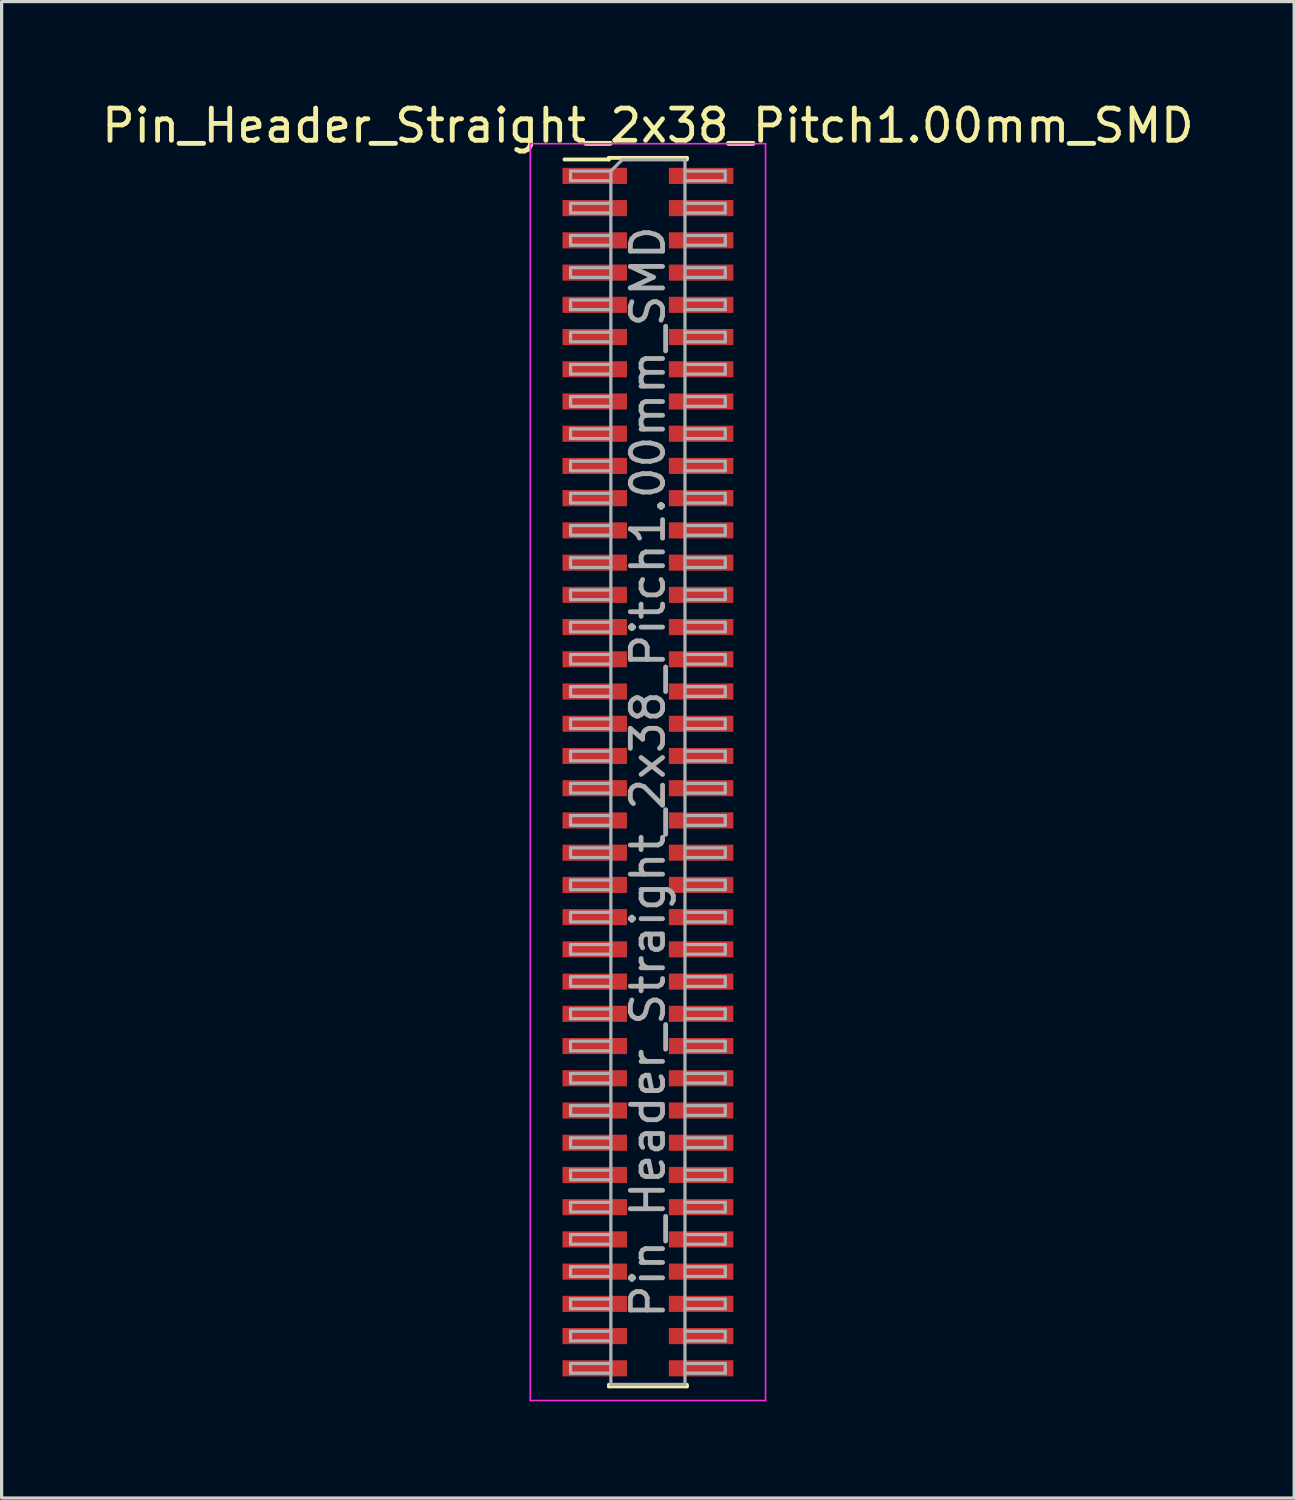
<source format=kicad_pcb>
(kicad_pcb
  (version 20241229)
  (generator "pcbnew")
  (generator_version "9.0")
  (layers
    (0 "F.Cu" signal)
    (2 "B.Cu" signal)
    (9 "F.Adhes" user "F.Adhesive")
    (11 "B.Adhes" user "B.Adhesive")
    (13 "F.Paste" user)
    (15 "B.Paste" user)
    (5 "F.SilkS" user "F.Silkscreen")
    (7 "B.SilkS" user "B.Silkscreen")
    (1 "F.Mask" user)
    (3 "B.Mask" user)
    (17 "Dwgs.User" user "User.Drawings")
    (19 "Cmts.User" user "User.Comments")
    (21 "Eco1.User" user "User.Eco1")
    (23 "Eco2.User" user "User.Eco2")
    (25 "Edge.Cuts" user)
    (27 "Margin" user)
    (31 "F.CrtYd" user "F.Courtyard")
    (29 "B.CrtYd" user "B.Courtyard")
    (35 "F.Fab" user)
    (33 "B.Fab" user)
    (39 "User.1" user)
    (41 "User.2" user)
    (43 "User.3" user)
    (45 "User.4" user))
  (footprint "Pin_Header_Straight_2x38_Pitch1.00mm_SMD"
    (layer "F.Cu")
    (at 17.054 20.908)
    (property "Reference" "Pin_Header_Straight_2x38_Pitch1.00mm_SMD" (at 0 -20.06 0) (layer "F.SilkS") (effects (font (size 1 1) (thickness 0.15))))
    (attr smd)
    (fp_line (start -2.59 -19.01) (end -1.21 -19.01) (stroke (width 0.12) (type solid)) (layer "F.SilkS"))
    (fp_line (start -1.21 -19.06) (end -1.21 -19.01) (stroke (width 0.12) (type solid)) (layer "F.SilkS"))
    (fp_line (start -1.21 -19.06) (end 1.21 -19.06) (stroke (width 0.12) (type solid)) (layer "F.SilkS"))
    (fp_line (start -1.21 19.01) (end -1.21 19.06) (stroke (width 0.12) (type solid)) (layer "F.SilkS"))
    (fp_line (start -1.21 19.06) (end 1.21 19.06) (stroke (width 0.12) (type solid)) (layer "F.SilkS"))
    (fp_line (start 1.21 -19.06) (end 1.21 -19.01) (stroke (width 0.12) (type solid)) (layer "F.SilkS"))
    (fp_line (start 1.21 19.01) (end 1.21 19.06) (stroke (width 0.12) (type solid)) (layer "F.SilkS"))
    (fp_line (start -3.65 -19.5) (end -3.65 19.5) (stroke (width 0.05) (type solid)) (layer "F.CrtYd"))
    (fp_line (start -3.65 19.5) (end 3.65 19.5) (stroke (width 0.05) (type solid)) (layer "F.CrtYd"))
    (fp_line (start 3.65 -19.5) (end -3.65 -19.5) (stroke (width 0.05) (type solid)) (layer "F.CrtYd"))
    (fp_line (start 3.65 19.5) (end 3.65 -19.5) (stroke (width 0.05) (type solid)) (layer "F.CrtYd"))
    (fp_line (start -2.4 -18.65) (end -2.4 -18.35) (stroke (width 0.1) (type solid)) (layer "F.Fab"))
    (fp_line (start -2.4 -18.35) (end -1.15 -18.35) (stroke (width 0.1) (type solid)) (layer "F.Fab"))
    (fp_line (start -2.4 -17.65) (end -2.4 -17.35) (stroke (width 0.1) (type solid)) (layer "F.Fab"))
    (fp_line (start -2.4 -17.35) (end -1.15 -17.35) (stroke (width 0.1) (type solid)) (layer "F.Fab"))
    (fp_line (start -2.4 -16.65) (end -2.4 -16.35) (stroke (width 0.1) (type solid)) (layer "F.Fab"))
    (fp_line (start -2.4 -16.35) (end -1.15 -16.35) (stroke (width 0.1) (type solid)) (layer "F.Fab"))
    (fp_line (start -2.4 -15.65) (end -2.4 -15.35) (stroke (width 0.1) (type solid)) (layer "F.Fab"))
    (fp_line (start -2.4 -15.35) (end -1.15 -15.35) (stroke (width 0.1) (type solid)) (layer "F.Fab"))
    (fp_line (start -2.4 -14.65) (end -2.4 -14.35) (stroke (width 0.1) (type solid)) (layer "F.Fab"))
    (fp_line (start -2.4 -14.35) (end -1.15 -14.35) (stroke (width 0.1) (type solid)) (layer "F.Fab"))
    (fp_line (start -2.4 -13.65) (end -2.4 -13.35) (stroke (width 0.1) (type solid)) (layer "F.Fab"))
    (fp_line (start -2.4 -13.35) (end -1.15 -13.35) (stroke (width 0.1) (type solid)) (layer "F.Fab"))
    (fp_line (start -2.4 -12.65) (end -2.4 -12.35) (stroke (width 0.1) (type solid)) (layer "F.Fab"))
    (fp_line (start -2.4 -12.35) (end -1.15 -12.35) (stroke (width 0.1) (type solid)) (layer "F.Fab"))
    (fp_line (start -2.4 -11.65) (end -2.4 -11.35) (stroke (width 0.1) (type solid)) (layer "F.Fab"))
    (fp_line (start -2.4 -11.35) (end -1.15 -11.35) (stroke (width 0.1) (type solid)) (layer "F.Fab"))
    (fp_line (start -2.4 -10.65) (end -2.4 -10.35) (stroke (width 0.1) (type solid)) (layer "F.Fab"))
    (fp_line (start -2.4 -10.35) (end -1.15 -10.35) (stroke (width 0.1) (type solid)) (layer "F.Fab"))
    (fp_line (start -2.4 -9.65) (end -2.4 -9.35) (stroke (width 0.1) (type solid)) (layer "F.Fab"))
    (fp_line (start -2.4 -9.35) (end -1.15 -9.35) (stroke (width 0.1) (type solid)) (layer "F.Fab"))
    (fp_line (start -2.4 -8.65) (end -2.4 -8.35) (stroke (width 0.1) (type solid)) (layer "F.Fab"))
    (fp_line (start -2.4 -8.35) (end -1.15 -8.35) (stroke (width 0.1) (type solid)) (layer "F.Fab"))
    (fp_line (start -2.4 -7.65) (end -2.4 -7.35) (stroke (width 0.1) (type solid)) (layer "F.Fab"))
    (fp_line (start -2.4 -7.35) (end -1.15 -7.35) (stroke (width 0.1) (type solid)) (layer "F.Fab"))
    (fp_line (start -2.4 -6.65) (end -2.4 -6.35) (stroke (width 0.1) (type solid)) (layer "F.Fab"))
    (fp_line (start -2.4 -6.35) (end -1.15 -6.35) (stroke (width 0.1) (type solid)) (layer "F.Fab"))
    (fp_line (start -2.4 -5.65) (end -2.4 -5.35) (stroke (width 0.1) (type solid)) (layer "F.Fab"))
    (fp_line (start -2.4 -5.35) (end -1.15 -5.35) (stroke (width 0.1) (type solid)) (layer "F.Fab"))
    (fp_line (start -2.4 -4.65) (end -2.4 -4.35) (stroke (width 0.1) (type solid)) (layer "F.Fab"))
    (fp_line (start -2.4 -4.35) (end -1.15 -4.35) (stroke (width 0.1) (type solid)) (layer "F.Fab"))
    (fp_line (start -2.4 -3.65) (end -2.4 -3.35) (stroke (width 0.1) (type solid)) (layer "F.Fab"))
    (fp_line (start -2.4 -3.35) (end -1.15 -3.35) (stroke (width 0.1) (type solid)) (layer "F.Fab"))
    (fp_line (start -2.4 -2.65) (end -2.4 -2.35) (stroke (width 0.1) (type solid)) (layer "F.Fab"))
    (fp_line (start -2.4 -2.35) (end -1.15 -2.35) (stroke (width 0.1) (type solid)) (layer "F.Fab"))
    (fp_line (start -2.4 -1.65) (end -2.4 -1.35) (stroke (width 0.1) (type solid)) (layer "F.Fab"))
    (fp_line (start -2.4 -1.35) (end -1.15 -1.35) (stroke (width 0.1) (type solid)) (layer "F.Fab"))
    (fp_line (start -2.4 -0.65) (end -2.4 -0.35) (stroke (width 0.1) (type solid)) (layer "F.Fab"))
    (fp_line (start -2.4 -0.35) (end -1.15 -0.35) (stroke (width 0.1) (type solid)) (layer "F.Fab"))
    (fp_line (start -2.4 0.35) (end -2.4 0.65) (stroke (width 0.1) (type solid)) (layer "F.Fab"))
    (fp_line (start -2.4 0.65) (end -1.15 0.65) (stroke (width 0.1) (type solid)) (layer "F.Fab"))
    (fp_line (start -2.4 1.35) (end -2.4 1.65) (stroke (width 0.1) (type solid)) (layer "F.Fab"))
    (fp_line (start -2.4 1.65) (end -1.15 1.65) (stroke (width 0.1) (type solid)) (layer "F.Fab"))
    (fp_line (start -2.4 2.35) (end -2.4 2.65) (stroke (width 0.1) (type solid)) (layer "F.Fab"))
    (fp_line (start -2.4 2.65) (end -1.15 2.65) (stroke (width 0.1) (type solid)) (layer "F.Fab"))
    (fp_line (start -2.4 3.35) (end -2.4 3.65) (stroke (width 0.1) (type solid)) (layer "F.Fab"))
    (fp_line (start -2.4 3.65) (end -1.15 3.65) (stroke (width 0.1) (type solid)) (layer "F.Fab"))
    (fp_line (start -2.4 4.35) (end -2.4 4.65) (stroke (width 0.1) (type solid)) (layer "F.Fab"))
    (fp_line (start -2.4 4.65) (end -1.15 4.65) (stroke (width 0.1) (type solid)) (layer "F.Fab"))
    (fp_line (start -2.4 5.35) (end -2.4 5.65) (stroke (width 0.1) (type solid)) (layer "F.Fab"))
    (fp_line (start -2.4 5.65) (end -1.15 5.65) (stroke (width 0.1) (type solid)) (layer "F.Fab"))
    (fp_line (start -2.4 6.35) (end -2.4 6.65) (stroke (width 0.1) (type solid)) (layer "F.Fab"))
    (fp_line (start -2.4 6.65) (end -1.15 6.65) (stroke (width 0.1) (type solid)) (layer "F.Fab"))
    (fp_line (start -2.4 7.35) (end -2.4 7.65) (stroke (width 0.1) (type solid)) (layer "F.Fab"))
    (fp_line (start -2.4 7.65) (end -1.15 7.65) (stroke (width 0.1) (type solid)) (layer "F.Fab"))
    (fp_line (start -2.4 8.35) (end -2.4 8.65) (stroke (width 0.1) (type solid)) (layer "F.Fab"))
    (fp_line (start -2.4 8.65) (end -1.15 8.65) (stroke (width 0.1) (type solid)) (layer "F.Fab"))
    (fp_line (start -2.4 9.35) (end -2.4 9.65) (stroke (width 0.1) (type solid)) (layer "F.Fab"))
    (fp_line (start -2.4 9.65) (end -1.15 9.65) (stroke (width 0.1) (type solid)) (layer "F.Fab"))
    (fp_line (start -2.4 10.35) (end -2.4 10.65) (stroke (width 0.1) (type solid)) (layer "F.Fab"))
    (fp_line (start -2.4 10.65) (end -1.15 10.65) (stroke (width 0.1) (type solid)) (layer "F.Fab"))
    (fp_line (start -2.4 11.35) (end -2.4 11.65) (stroke (width 0.1) (type solid)) (layer "F.Fab"))
    (fp_line (start -2.4 11.65) (end -1.15 11.65) (stroke (width 0.1) (type solid)) (layer "F.Fab"))
    (fp_line (start -2.4 12.35) (end -2.4 12.65) (stroke (width 0.1) (type solid)) (layer "F.Fab"))
    (fp_line (start -2.4 12.65) (end -1.15 12.65) (stroke (width 0.1) (type solid)) (layer "F.Fab"))
    (fp_line (start -2.4 13.35) (end -2.4 13.65) (stroke (width 0.1) (type solid)) (layer "F.Fab"))
    (fp_line (start -2.4 13.65) (end -1.15 13.65) (stroke (width 0.1) (type solid)) (layer "F.Fab"))
    (fp_line (start -2.4 14.35) (end -2.4 14.65) (stroke (width 0.1) (type solid)) (layer "F.Fab"))
    (fp_line (start -2.4 14.65) (end -1.15 14.65) (stroke (width 0.1) (type solid)) (layer "F.Fab"))
    (fp_line (start -2.4 15.35) (end -2.4 15.65) (stroke (width 0.1) (type solid)) (layer "F.Fab"))
    (fp_line (start -2.4 15.65) (end -1.15 15.65) (stroke (width 0.1) (type solid)) (layer "F.Fab"))
    (fp_line (start -2.4 16.35) (end -2.4 16.65) (stroke (width 0.1) (type solid)) (layer "F.Fab"))
    (fp_line (start -2.4 16.65) (end -1.15 16.65) (stroke (width 0.1) (type solid)) (layer "F.Fab"))
    (fp_line (start -2.4 17.35) (end -2.4 17.65) (stroke (width 0.1) (type solid)) (layer "F.Fab"))
    (fp_line (start -2.4 17.65) (end -1.15 17.65) (stroke (width 0.1) (type solid)) (layer "F.Fab"))
    (fp_line (start -2.4 18.35) (end -2.4 18.65) (stroke (width 0.1) (type solid)) (layer "F.Fab"))
    (fp_line (start -2.4 18.65) (end -1.15 18.65) (stroke (width 0.1) (type solid)) (layer "F.Fab"))
    (fp_line (start -1.15 -18.65) (end -2.4 -18.65) (stroke (width 0.1) (type solid)) (layer "F.Fab"))
    (fp_line (start -1.15 -18.65) (end -0.8 -19) (stroke (width 0.1) (type solid)) (layer "F.Fab"))
    (fp_line (start -1.15 -17.65) (end -2.4 -17.65) (stroke (width 0.1) (type solid)) (layer "F.Fab"))
    (fp_line (start -1.15 -16.65) (end -2.4 -16.65) (stroke (width 0.1) (type solid)) (layer "F.Fab"))
    (fp_line (start -1.15 -15.65) (end -2.4 -15.65) (stroke (width 0.1) (type solid)) (layer "F.Fab"))
    (fp_line (start -1.15 -14.65) (end -2.4 -14.65) (stroke (width 0.1) (type solid)) (layer "F.Fab"))
    (fp_line (start -1.15 -13.65) (end -2.4 -13.65) (stroke (width 0.1) (type solid)) (layer "F.Fab"))
    (fp_line (start -1.15 -12.65) (end -2.4 -12.65) (stroke (width 0.1) (type solid)) (layer "F.Fab"))
    (fp_line (start -1.15 -11.65) (end -2.4 -11.65) (stroke (width 0.1) (type solid)) (layer "F.Fab"))
    (fp_line (start -1.15 -10.65) (end -2.4 -10.65) (stroke (width 0.1) (type solid)) (layer "F.Fab"))
    (fp_line (start -1.15 -9.65) (end -2.4 -9.65) (stroke (width 0.1) (type solid)) (layer "F.Fab"))
    (fp_line (start -1.15 -8.65) (end -2.4 -8.65) (stroke (width 0.1) (type solid)) (layer "F.Fab"))
    (fp_line (start -1.15 -7.65) (end -2.4 -7.65) (stroke (width 0.1) (type solid)) (layer "F.Fab"))
    (fp_line (start -1.15 -6.65) (end -2.4 -6.65) (stroke (width 0.1) (type solid)) (layer "F.Fab"))
    (fp_line (start -1.15 -5.65) (end -2.4 -5.65) (stroke (width 0.1) (type solid)) (layer "F.Fab"))
    (fp_line (start -1.15 -4.65) (end -2.4 -4.65) (stroke (width 0.1) (type solid)) (layer "F.Fab"))
    (fp_line (start -1.15 -3.65) (end -2.4 -3.65) (stroke (width 0.1) (type solid)) (layer "F.Fab"))
    (fp_line (start -1.15 -2.65) (end -2.4 -2.65) (stroke (width 0.1) (type solid)) (layer "F.Fab"))
    (fp_line (start -1.15 -1.65) (end -2.4 -1.65) (stroke (width 0.1) (type solid)) (layer "F.Fab"))
    (fp_line (start -1.15 -0.65) (end -2.4 -0.65) (stroke (width 0.1) (type solid)) (layer "F.Fab"))
    (fp_line (start -1.15 0.35) (end -2.4 0.35) (stroke (width 0.1) (type solid)) (layer "F.Fab"))
    (fp_line (start -1.15 1.35) (end -2.4 1.35) (stroke (width 0.1) (type solid)) (layer "F.Fab"))
    (fp_line (start -1.15 2.35) (end -2.4 2.35) (stroke (width 0.1) (type solid)) (layer "F.Fab"))
    (fp_line (start -1.15 3.35) (end -2.4 3.35) (stroke (width 0.1) (type solid)) (layer "F.Fab"))
    (fp_line (start -1.15 4.35) (end -2.4 4.35) (stroke (width 0.1) (type solid)) (layer "F.Fab"))
    (fp_line (start -1.15 5.35) (end -2.4 5.35) (stroke (width 0.1) (type solid)) (layer "F.Fab"))
    (fp_line (start -1.15 6.35) (end -2.4 6.35) (stroke (width 0.1) (type solid)) (layer "F.Fab"))
    (fp_line (start -1.15 7.35) (end -2.4 7.35) (stroke (width 0.1) (type solid)) (layer "F.Fab"))
    (fp_line (start -1.15 8.35) (end -2.4 8.35) (stroke (width 0.1) (type solid)) (layer "F.Fab"))
    (fp_line (start -1.15 9.35) (end -2.4 9.35) (stroke (width 0.1) (type solid)) (layer "F.Fab"))
    (fp_line (start -1.15 10.35) (end -2.4 10.35) (stroke (width 0.1) (type solid)) (layer "F.Fab"))
    (fp_line (start -1.15 11.35) (end -2.4 11.35) (stroke (width 0.1) (type solid)) (layer "F.Fab"))
    (fp_line (start -1.15 12.35) (end -2.4 12.35) (stroke (width 0.1) (type solid)) (layer "F.Fab"))
    (fp_line (start -1.15 13.35) (end -2.4 13.35) (stroke (width 0.1) (type solid)) (layer "F.Fab"))
    (fp_line (start -1.15 14.35) (end -2.4 14.35) (stroke (width 0.1) (type solid)) (layer "F.Fab"))
    (fp_line (start -1.15 15.35) (end -2.4 15.35) (stroke (width 0.1) (type solid)) (layer "F.Fab"))
    (fp_line (start -1.15 16.35) (end -2.4 16.35) (stroke (width 0.1) (type solid)) (layer "F.Fab"))
    (fp_line (start -1.15 17.35) (end -2.4 17.35) (stroke (width 0.1) (type solid)) (layer "F.Fab"))
    (fp_line (start -1.15 18.35) (end -2.4 18.35) (stroke (width 0.1) (type solid)) (layer "F.Fab"))
    (fp_line (start -1.15 19) (end -1.15 -18.65) (stroke (width 0.1) (type solid)) (layer "F.Fab"))
    (fp_line (start -0.8 -19) (end 1.15 -19) (stroke (width 0.1) (type solid)) (layer "F.Fab"))
    (fp_line (start 1.15 -19) (end 1.15 19) (stroke (width 0.1) (type solid)) (layer "F.Fab"))
    (fp_line (start 1.15 -18.65) (end 2.4 -18.65) (stroke (width 0.1) (type solid)) (layer "F.Fab"))
    (fp_line (start 1.15 -17.65) (end 2.4 -17.65) (stroke (width 0.1) (type solid)) (layer "F.Fab"))
    (fp_line (start 1.15 -16.65) (end 2.4 -16.65) (stroke (width 0.1) (type solid)) (layer "F.Fab"))
    (fp_line (start 1.15 -15.65) (end 2.4 -15.65) (stroke (width 0.1) (type solid)) (layer "F.Fab"))
    (fp_line (start 1.15 -14.65) (end 2.4 -14.65) (stroke (width 0.1) (type solid)) (layer "F.Fab"))
    (fp_line (start 1.15 -13.65) (end 2.4 -13.65) (stroke (width 0.1) (type solid)) (layer "F.Fab"))
    (fp_line (start 1.15 -12.65) (end 2.4 -12.65) (stroke (width 0.1) (type solid)) (layer "F.Fab"))
    (fp_line (start 1.15 -11.65) (end 2.4 -11.65) (stroke (width 0.1) (type solid)) (layer "F.Fab"))
    (fp_line (start 1.15 -10.65) (end 2.4 -10.65) (stroke (width 0.1) (type solid)) (layer "F.Fab"))
    (fp_line (start 1.15 -9.65) (end 2.4 -9.65) (stroke (width 0.1) (type solid)) (layer "F.Fab"))
    (fp_line (start 1.15 -8.65) (end 2.4 -8.65) (stroke (width 0.1) (type solid)) (layer "F.Fab"))
    (fp_line (start 1.15 -7.65) (end 2.4 -7.65) (stroke (width 0.1) (type solid)) (layer "F.Fab"))
    (fp_line (start 1.15 -6.65) (end 2.4 -6.65) (stroke (width 0.1) (type solid)) (layer "F.Fab"))
    (fp_line (start 1.15 -5.65) (end 2.4 -5.65) (stroke (width 0.1) (type solid)) (layer "F.Fab"))
    (fp_line (start 1.15 -4.65) (end 2.4 -4.65) (stroke (width 0.1) (type solid)) (layer "F.Fab"))
    (fp_line (start 1.15 -3.65) (end 2.4 -3.65) (stroke (width 0.1) (type solid)) (layer "F.Fab"))
    (fp_line (start 1.15 -2.65) (end 2.4 -2.65) (stroke (width 0.1) (type solid)) (layer "F.Fab"))
    (fp_line (start 1.15 -1.65) (end 2.4 -1.65) (stroke (width 0.1) (type solid)) (layer "F.Fab"))
    (fp_line (start 1.15 -0.65) (end 2.4 -0.65) (stroke (width 0.1) (type solid)) (layer "F.Fab"))
    (fp_line (start 1.15 0.35) (end 2.4 0.35) (stroke (width 0.1) (type solid)) (layer "F.Fab"))
    (fp_line (start 1.15 1.35) (end 2.4 1.35) (stroke (width 0.1) (type solid)) (layer "F.Fab"))
    (fp_line (start 1.15 2.35) (end 2.4 2.35) (stroke (width 0.1) (type solid)) (layer "F.Fab"))
    (fp_line (start 1.15 3.35) (end 2.4 3.35) (stroke (width 0.1) (type solid)) (layer "F.Fab"))
    (fp_line (start 1.15 4.35) (end 2.4 4.35) (stroke (width 0.1) (type solid)) (layer "F.Fab"))
    (fp_line (start 1.15 5.35) (end 2.4 5.35) (stroke (width 0.1) (type solid)) (layer "F.Fab"))
    (fp_line (start 1.15 6.35) (end 2.4 6.35) (stroke (width 0.1) (type solid)) (layer "F.Fab"))
    (fp_line (start 1.15 7.35) (end 2.4 7.35) (stroke (width 0.1) (type solid)) (layer "F.Fab"))
    (fp_line (start 1.15 8.35) (end 2.4 8.35) (stroke (width 0.1) (type solid)) (layer "F.Fab"))
    (fp_line (start 1.15 9.35) (end 2.4 9.35) (stroke (width 0.1) (type solid)) (layer "F.Fab"))
    (fp_line (start 1.15 10.35) (end 2.4 10.35) (stroke (width 0.1) (type solid)) (layer "F.Fab"))
    (fp_line (start 1.15 11.35) (end 2.4 11.35) (stroke (width 0.1) (type solid)) (layer "F.Fab"))
    (fp_line (start 1.15 12.35) (end 2.4 12.35) (stroke (width 0.1) (type solid)) (layer "F.Fab"))
    (fp_line (start 1.15 13.35) (end 2.4 13.35) (stroke (width 0.1) (type solid)) (layer "F.Fab"))
    (fp_line (start 1.15 14.35) (end 2.4 14.35) (stroke (width 0.1) (type solid)) (layer "F.Fab"))
    (fp_line (start 1.15 15.35) (end 2.4 15.35) (stroke (width 0.1) (type solid)) (layer "F.Fab"))
    (fp_line (start 1.15 16.35) (end 2.4 16.35) (stroke (width 0.1) (type solid)) (layer "F.Fab"))
    (fp_line (start 1.15 17.35) (end 2.4 17.35) (stroke (width 0.1) (type solid)) (layer "F.Fab"))
    (fp_line (start 1.15 18.35) (end 2.4 18.35) (stroke (width 0.1) (type solid)) (layer "F.Fab"))
    (fp_line (start 1.15 19) (end -1.15 19) (stroke (width 0.1) (type solid)) (layer "F.Fab"))
    (fp_line (start 2.4 -18.65) (end 2.4 -18.35) (stroke (width 0.1) (type solid)) (layer "F.Fab"))
    (fp_line (start 2.4 -18.35) (end 1.15 -18.35) (stroke (width 0.1) (type solid)) (layer "F.Fab"))
    (fp_line (start 2.4 -17.65) (end 2.4 -17.35) (stroke (width 0.1) (type solid)) (layer "F.Fab"))
    (fp_line (start 2.4 -17.35) (end 1.15 -17.35) (stroke (width 0.1) (type solid)) (layer "F.Fab"))
    (fp_line (start 2.4 -16.65) (end 2.4 -16.35) (stroke (width 0.1) (type solid)) (layer "F.Fab"))
    (fp_line (start 2.4 -16.35) (end 1.15 -16.35) (stroke (width 0.1) (type solid)) (layer "F.Fab"))
    (fp_line (start 2.4 -15.65) (end 2.4 -15.35) (stroke (width 0.1) (type solid)) (layer "F.Fab"))
    (fp_line (start 2.4 -15.35) (end 1.15 -15.35) (stroke (width 0.1) (type solid)) (layer "F.Fab"))
    (fp_line (start 2.4 -14.65) (end 2.4 -14.35) (stroke (width 0.1) (type solid)) (layer "F.Fab"))
    (fp_line (start 2.4 -14.35) (end 1.15 -14.35) (stroke (width 0.1) (type solid)) (layer "F.Fab"))
    (fp_line (start 2.4 -13.65) (end 2.4 -13.35) (stroke (width 0.1) (type solid)) (layer "F.Fab"))
    (fp_line (start 2.4 -13.35) (end 1.15 -13.35) (stroke (width 0.1) (type solid)) (layer "F.Fab"))
    (fp_line (start 2.4 -12.65) (end 2.4 -12.35) (stroke (width 0.1) (type solid)) (layer "F.Fab"))
    (fp_line (start 2.4 -12.35) (end 1.15 -12.35) (stroke (width 0.1) (type solid)) (layer "F.Fab"))
    (fp_line (start 2.4 -11.65) (end 2.4 -11.35) (stroke (width 0.1) (type solid)) (layer "F.Fab"))
    (fp_line (start 2.4 -11.35) (end 1.15 -11.35) (stroke (width 0.1) (type solid)) (layer "F.Fab"))
    (fp_line (start 2.4 -10.65) (end 2.4 -10.35) (stroke (width 0.1) (type solid)) (layer "F.Fab"))
    (fp_line (start 2.4 -10.35) (end 1.15 -10.35) (stroke (width 0.1) (type solid)) (layer "F.Fab"))
    (fp_line (start 2.4 -9.65) (end 2.4 -9.35) (stroke (width 0.1) (type solid)) (layer "F.Fab"))
    (fp_line (start 2.4 -9.35) (end 1.15 -9.35) (stroke (width 0.1) (type solid)) (layer "F.Fab"))
    (fp_line (start 2.4 -8.65) (end 2.4 -8.35) (stroke (width 0.1) (type solid)) (layer "F.Fab"))
    (fp_line (start 2.4 -8.35) (end 1.15 -8.35) (stroke (width 0.1) (type solid)) (layer "F.Fab"))
    (fp_line (start 2.4 -7.65) (end 2.4 -7.35) (stroke (width 0.1) (type solid)) (layer "F.Fab"))
    (fp_line (start 2.4 -7.35) (end 1.15 -7.35) (stroke (width 0.1) (type solid)) (layer "F.Fab"))
    (fp_line (start 2.4 -6.65) (end 2.4 -6.35) (stroke (width 0.1) (type solid)) (layer "F.Fab"))
    (fp_line (start 2.4 -6.35) (end 1.15 -6.35) (stroke (width 0.1) (type solid)) (layer "F.Fab"))
    (fp_line (start 2.4 -5.65) (end 2.4 -5.35) (stroke (width 0.1) (type solid)) (layer "F.Fab"))
    (fp_line (start 2.4 -5.35) (end 1.15 -5.35) (stroke (width 0.1) (type solid)) (layer "F.Fab"))
    (fp_line (start 2.4 -4.65) (end 2.4 -4.35) (stroke (width 0.1) (type solid)) (layer "F.Fab"))
    (fp_line (start 2.4 -4.35) (end 1.15 -4.35) (stroke (width 0.1) (type solid)) (layer "F.Fab"))
    (fp_line (start 2.4 -3.65) (end 2.4 -3.35) (stroke (width 0.1) (type solid)) (layer "F.Fab"))
    (fp_line (start 2.4 -3.35) (end 1.15 -3.35) (stroke (width 0.1) (type solid)) (layer "F.Fab"))
    (fp_line (start 2.4 -2.65) (end 2.4 -2.35) (stroke (width 0.1) (type solid)) (layer "F.Fab"))
    (fp_line (start 2.4 -2.35) (end 1.15 -2.35) (stroke (width 0.1) (type solid)) (layer "F.Fab"))
    (fp_line (start 2.4 -1.65) (end 2.4 -1.35) (stroke (width 0.1) (type solid)) (layer "F.Fab"))
    (fp_line (start 2.4 -1.35) (end 1.15 -1.35) (stroke (width 0.1) (type solid)) (layer "F.Fab"))
    (fp_line (start 2.4 -0.65) (end 2.4 -0.35) (stroke (width 0.1) (type solid)) (layer "F.Fab"))
    (fp_line (start 2.4 -0.35) (end 1.15 -0.35) (stroke (width 0.1) (type solid)) (layer "F.Fab"))
    (fp_line (start 2.4 0.35) (end 2.4 0.65) (stroke (width 0.1) (type solid)) (layer "F.Fab"))
    (fp_line (start 2.4 0.65) (end 1.15 0.65) (stroke (width 0.1) (type solid)) (layer "F.Fab"))
    (fp_line (start 2.4 1.35) (end 2.4 1.65) (stroke (width 0.1) (type solid)) (layer "F.Fab"))
    (fp_line (start 2.4 1.65) (end 1.15 1.65) (stroke (width 0.1) (type solid)) (layer "F.Fab"))
    (fp_line (start 2.4 2.35) (end 2.4 2.65) (stroke (width 0.1) (type solid)) (layer "F.Fab"))
    (fp_line (start 2.4 2.65) (end 1.15 2.65) (stroke (width 0.1) (type solid)) (layer "F.Fab"))
    (fp_line (start 2.4 3.35) (end 2.4 3.65) (stroke (width 0.1) (type solid)) (layer "F.Fab"))
    (fp_line (start 2.4 3.65) (end 1.15 3.65) (stroke (width 0.1) (type solid)) (layer "F.Fab"))
    (fp_line (start 2.4 4.35) (end 2.4 4.65) (stroke (width 0.1) (type solid)) (layer "F.Fab"))
    (fp_line (start 2.4 4.65) (end 1.15 4.65) (stroke (width 0.1) (type solid)) (layer "F.Fab"))
    (fp_line (start 2.4 5.35) (end 2.4 5.65) (stroke (width 0.1) (type solid)) (layer "F.Fab"))
    (fp_line (start 2.4 5.65) (end 1.15 5.65) (stroke (width 0.1) (type solid)) (layer "F.Fab"))
    (fp_line (start 2.4 6.35) (end 2.4 6.65) (stroke (width 0.1) (type solid)) (layer "F.Fab"))
    (fp_line (start 2.4 6.65) (end 1.15 6.65) (stroke (width 0.1) (type solid)) (layer "F.Fab"))
    (fp_line (start 2.4 7.35) (end 2.4 7.65) (stroke (width 0.1) (type solid)) (layer "F.Fab"))
    (fp_line (start 2.4 7.65) (end 1.15 7.65) (stroke (width 0.1) (type solid)) (layer "F.Fab"))
    (fp_line (start 2.4 8.35) (end 2.4 8.65) (stroke (width 0.1) (type solid)) (layer "F.Fab"))
    (fp_line (start 2.4 8.65) (end 1.15 8.65) (stroke (width 0.1) (type solid)) (layer "F.Fab"))
    (fp_line (start 2.4 9.35) (end 2.4 9.65) (stroke (width 0.1) (type solid)) (layer "F.Fab"))
    (fp_line (start 2.4 9.65) (end 1.15 9.65) (stroke (width 0.1) (type solid)) (layer "F.Fab"))
    (fp_line (start 2.4 10.35) (end 2.4 10.65) (stroke (width 0.1) (type solid)) (layer "F.Fab"))
    (fp_line (start 2.4 10.65) (end 1.15 10.65) (stroke (width 0.1) (type solid)) (layer "F.Fab"))
    (fp_line (start 2.4 11.35) (end 2.4 11.65) (stroke (width 0.1) (type solid)) (layer "F.Fab"))
    (fp_line (start 2.4 11.65) (end 1.15 11.65) (stroke (width 0.1) (type solid)) (layer "F.Fab"))
    (fp_line (start 2.4 12.35) (end 2.4 12.65) (stroke (width 0.1) (type solid)) (layer "F.Fab"))
    (fp_line (start 2.4 12.65) (end 1.15 12.65) (stroke (width 0.1) (type solid)) (layer "F.Fab"))
    (fp_line (start 2.4 13.35) (end 2.4 13.65) (stroke (width 0.1) (type solid)) (layer "F.Fab"))
    (fp_line (start 2.4 13.65) (end 1.15 13.65) (stroke (width 0.1) (type solid)) (layer "F.Fab"))
    (fp_line (start 2.4 14.35) (end 2.4 14.65) (stroke (width 0.1) (type solid)) (layer "F.Fab"))
    (fp_line (start 2.4 14.65) (end 1.15 14.65) (stroke (width 0.1) (type solid)) (layer "F.Fab"))
    (fp_line (start 2.4 15.35) (end 2.4 15.65) (stroke (width 0.1) (type solid)) (layer "F.Fab"))
    (fp_line (start 2.4 15.65) (end 1.15 15.65) (stroke (width 0.1) (type solid)) (layer "F.Fab"))
    (fp_line (start 2.4 16.35) (end 2.4 16.65) (stroke (width 0.1) (type solid)) (layer "F.Fab"))
    (fp_line (start 2.4 16.65) (end 1.15 16.65) (stroke (width 0.1) (type solid)) (layer "F.Fab"))
    (fp_line (start 2.4 17.35) (end 2.4 17.65) (stroke (width 0.1) (type solid)) (layer "F.Fab"))
    (fp_line (start 2.4 17.65) (end 1.15 17.65) (stroke (width 0.1) (type solid)) (layer "F.Fab"))
    (fp_line (start 2.4 18.35) (end 2.4 18.65) (stroke (width 0.1) (type solid)) (layer "F.Fab"))
    (fp_line (start 2.4 18.65) (end 1.15 18.65) (stroke (width 0.1) (type solid)) (layer "F.Fab"))
    (fp_text user "${REFERENCE}" (at 0 0 90) (layer "F.Fab") (effects (font (size 1 1) (thickness 0.15))))
    (pad "1" smd rect (at -1.65 -18.5) (size 2 0.5) (layers "F.Cu" "F.Mask" "F.Paste"))
    (pad "2" smd rect (at 1.65 -18.5) (size 2 0.5) (layers "F.Cu" "F.Mask" "F.Paste"))
    (pad "3" smd rect (at -1.65 -17.5) (size 2 0.5) (layers "F.Cu" "F.Mask" "F.Paste"))
    (pad "4" smd rect (at 1.65 -17.5) (size 2 0.5) (layers "F.Cu" "F.Mask" "F.Paste"))
    (pad "5" smd rect (at -1.65 -16.5) (size 2 0.5) (layers "F.Cu" "F.Mask" "F.Paste"))
    (pad "6" smd rect (at 1.65 -16.5) (size 2 0.5) (layers "F.Cu" "F.Mask" "F.Paste"))
    (pad "7" smd rect (at -1.65 -15.5) (size 2 0.5) (layers "F.Cu" "F.Mask" "F.Paste"))
    (pad "8" smd rect (at 1.65 -15.5) (size 2 0.5) (layers "F.Cu" "F.Mask" "F.Paste"))
    (pad "9" smd rect (at -1.65 -14.5) (size 2 0.5) (layers "F.Cu" "F.Mask" "F.Paste"))
    (pad "10" smd rect (at 1.65 -14.5) (size 2 0.5) (layers "F.Cu" "F.Mask" "F.Paste"))
    (pad "11" smd rect (at -1.65 -13.5) (size 2 0.5) (layers "F.Cu" "F.Mask" "F.Paste"))
    (pad "12" smd rect (at 1.65 -13.5) (size 2 0.5) (layers "F.Cu" "F.Mask" "F.Paste"))
    (pad "13" smd rect (at -1.65 -12.5) (size 2 0.5) (layers "F.Cu" "F.Mask" "F.Paste"))
    (pad "14" smd rect (at 1.65 -12.5) (size 2 0.5) (layers "F.Cu" "F.Mask" "F.Paste"))
    (pad "15" smd rect (at -1.65 -11.5) (size 2 0.5) (layers "F.Cu" "F.Mask" "F.Paste"))
    (pad "16" smd rect (at 1.65 -11.5) (size 2 0.5) (layers "F.Cu" "F.Mask" "F.Paste"))
    (pad "17" smd rect (at -1.65 -10.5) (size 2 0.5) (layers "F.Cu" "F.Mask" "F.Paste"))
    (pad "18" smd rect (at 1.65 -10.5) (size 2 0.5) (layers "F.Cu" "F.Mask" "F.Paste"))
    (pad "19" smd rect (at -1.65 -9.5) (size 2 0.5) (layers "F.Cu" "F.Mask" "F.Paste"))
    (pad "20" smd rect (at 1.65 -9.5) (size 2 0.5) (layers "F.Cu" "F.Mask" "F.Paste"))
    (pad "21" smd rect (at -1.65 -8.5) (size 2 0.5) (layers "F.Cu" "F.Mask" "F.Paste"))
    (pad "22" smd rect (at 1.65 -8.5) (size 2 0.5) (layers "F.Cu" "F.Mask" "F.Paste"))
    (pad "23" smd rect (at -1.65 -7.5) (size 2 0.5) (layers "F.Cu" "F.Mask" "F.Paste"))
    (pad "24" smd rect (at 1.65 -7.5) (size 2 0.5) (layers "F.Cu" "F.Mask" "F.Paste"))
    (pad "25" smd rect (at -1.65 -6.5) (size 2 0.5) (layers "F.Cu" "F.Mask" "F.Paste"))
    (pad "26" smd rect (at 1.65 -6.5) (size 2 0.5) (layers "F.Cu" "F.Mask" "F.Paste"))
    (pad "27" smd rect (at -1.65 -5.5) (size 2 0.5) (layers "F.Cu" "F.Mask" "F.Paste"))
    (pad "28" smd rect (at 1.65 -5.5) (size 2 0.5) (layers "F.Cu" "F.Mask" "F.Paste"))
    (pad "29" smd rect (at -1.65 -4.5) (size 2 0.5) (layers "F.Cu" "F.Mask" "F.Paste"))
    (pad "30" smd rect (at 1.65 -4.5) (size 2 0.5) (layers "F.Cu" "F.Mask" "F.Paste"))
    (pad "31" smd rect (at -1.65 -3.5) (size 2 0.5) (layers "F.Cu" "F.Mask" "F.Paste"))
    (pad "32" smd rect (at 1.65 -3.5) (size 2 0.5) (layers "F.Cu" "F.Mask" "F.Paste"))
    (pad "33" smd rect (at -1.65 -2.5) (size 2 0.5) (layers "F.Cu" "F.Mask" "F.Paste"))
    (pad "34" smd rect (at 1.65 -2.5) (size 2 0.5) (layers "F.Cu" "F.Mask" "F.Paste"))
    (pad "35" smd rect (at -1.65 -1.5) (size 2 0.5) (layers "F.Cu" "F.Mask" "F.Paste"))
    (pad "36" smd rect (at 1.65 -1.5) (size 2 0.5) (layers "F.Cu" "F.Mask" "F.Paste"))
    (pad "37" smd rect (at -1.65 -0.5) (size 2 0.5) (layers "F.Cu" "F.Mask" "F.Paste"))
    (pad "38" smd rect (at 1.65 -0.5) (size 2 0.5) (layers "F.Cu" "F.Mask" "F.Paste"))
    (pad "39" smd rect (at -1.65 0.5) (size 2 0.5) (layers "F.Cu" "F.Mask" "F.Paste"))
    (pad "40" smd rect (at 1.65 0.5) (size 2 0.5) (layers "F.Cu" "F.Mask" "F.Paste"))
    (pad "41" smd rect (at -1.65 1.5) (size 2 0.5) (layers "F.Cu" "F.Mask" "F.Paste"))
    (pad "42" smd rect (at 1.65 1.5) (size 2 0.5) (layers "F.Cu" "F.Mask" "F.Paste"))
    (pad "43" smd rect (at -1.65 2.5) (size 2 0.5) (layers "F.Cu" "F.Mask" "F.Paste"))
    (pad "44" smd rect (at 1.65 2.5) (size 2 0.5) (layers "F.Cu" "F.Mask" "F.Paste"))
    (pad "45" smd rect (at -1.65 3.5) (size 2 0.5) (layers "F.Cu" "F.Mask" "F.Paste"))
    (pad "46" smd rect (at 1.65 3.5) (size 2 0.5) (layers "F.Cu" "F.Mask" "F.Paste"))
    (pad "47" smd rect (at -1.65 4.5) (size 2 0.5) (layers "F.Cu" "F.Mask" "F.Paste"))
    (pad "48" smd rect (at 1.65 4.5) (size 2 0.5) (layers "F.Cu" "F.Mask" "F.Paste"))
    (pad "49" smd rect (at -1.65 5.5) (size 2 0.5) (layers "F.Cu" "F.Mask" "F.Paste"))
    (pad "50" smd rect (at 1.65 5.5) (size 2 0.5) (layers "F.Cu" "F.Mask" "F.Paste"))
    (pad "51" smd rect (at -1.65 6.5) (size 2 0.5) (layers "F.Cu" "F.Mask" "F.Paste"))
    (pad "52" smd rect (at 1.65 6.5) (size 2 0.5) (layers "F.Cu" "F.Mask" "F.Paste"))
    (pad "53" smd rect (at -1.65 7.5) (size 2 0.5) (layers "F.Cu" "F.Mask" "F.Paste"))
    (pad "54" smd rect (at 1.65 7.5) (size 2 0.5) (layers "F.Cu" "F.Mask" "F.Paste"))
    (pad "55" smd rect (at -1.65 8.5) (size 2 0.5) (layers "F.Cu" "F.Mask" "F.Paste"))
    (pad "56" smd rect (at 1.65 8.5) (size 2 0.5) (layers "F.Cu" "F.Mask" "F.Paste"))
    (pad "57" smd rect (at -1.65 9.5) (size 2 0.5) (layers "F.Cu" "F.Mask" "F.Paste"))
    (pad "58" smd rect (at 1.65 9.5) (size 2 0.5) (layers "F.Cu" "F.Mask" "F.Paste"))
    (pad "59" smd rect (at -1.65 10.5) (size 2 0.5) (layers "F.Cu" "F.Mask" "F.Paste"))
    (pad "60" smd rect (at 1.65 10.5) (size 2 0.5) (layers "F.Cu" "F.Mask" "F.Paste"))
    (pad "61" smd rect (at -1.65 11.5) (size 2 0.5) (layers "F.Cu" "F.Mask" "F.Paste"))
    (pad "62" smd rect (at 1.65 11.5) (size 2 0.5) (layers "F.Cu" "F.Mask" "F.Paste"))
    (pad "63" smd rect (at -1.65 12.5) (size 2 0.5) (layers "F.Cu" "F.Mask" "F.Paste"))
    (pad "64" smd rect (at 1.65 12.5) (size 2 0.5) (layers "F.Cu" "F.Mask" "F.Paste"))
    (pad "65" smd rect (at -1.65 13.5) (size 2 0.5) (layers "F.Cu" "F.Mask" "F.Paste"))
    (pad "66" smd rect (at 1.65 13.5) (size 2 0.5) (layers "F.Cu" "F.Mask" "F.Paste"))
    (pad "67" smd rect (at -1.65 14.5) (size 2 0.5) (layers "F.Cu" "F.Mask" "F.Paste"))
    (pad "68" smd rect (at 1.65 14.5) (size 2 0.5) (layers "F.Cu" "F.Mask" "F.Paste"))
    (pad "69" smd rect (at -1.65 15.5) (size 2 0.5) (layers "F.Cu" "F.Mask" "F.Paste"))
    (pad "70" smd rect (at 1.65 15.5) (size 2 0.5) (layers "F.Cu" "F.Mask" "F.Paste"))
    (pad "71" smd rect (at -1.65 16.5) (size 2 0.5) (layers "F.Cu" "F.Mask" "F.Paste"))
    (pad "72" smd rect (at 1.65 16.5) (size 2 0.5) (layers "F.Cu" "F.Mask" "F.Paste"))
    (pad "73" smd rect (at -1.65 17.5) (size 2 0.5) (layers "F.Cu" "F.Mask" "F.Paste"))
    (pad "74" smd rect (at 1.65 17.5) (size 2 0.5) (layers "F.Cu" "F.Mask" "F.Paste"))
    (pad "75" smd rect (at -1.65 18.5) (size 2 0.5) (layers "F.Cu" "F.Mask" "F.Paste"))
    (pad "76" smd rect (at 1.65 18.5) (size 2 0.5) (layers "F.Cu" "F.Mask" "F.Paste")))
  (gr_rect
    (start -3 -3)
    (end 37.107 43.433)
    (stroke (width 0.1) (type default))
    (fill no)
    (layer "Edge.Cuts")))
</source>
